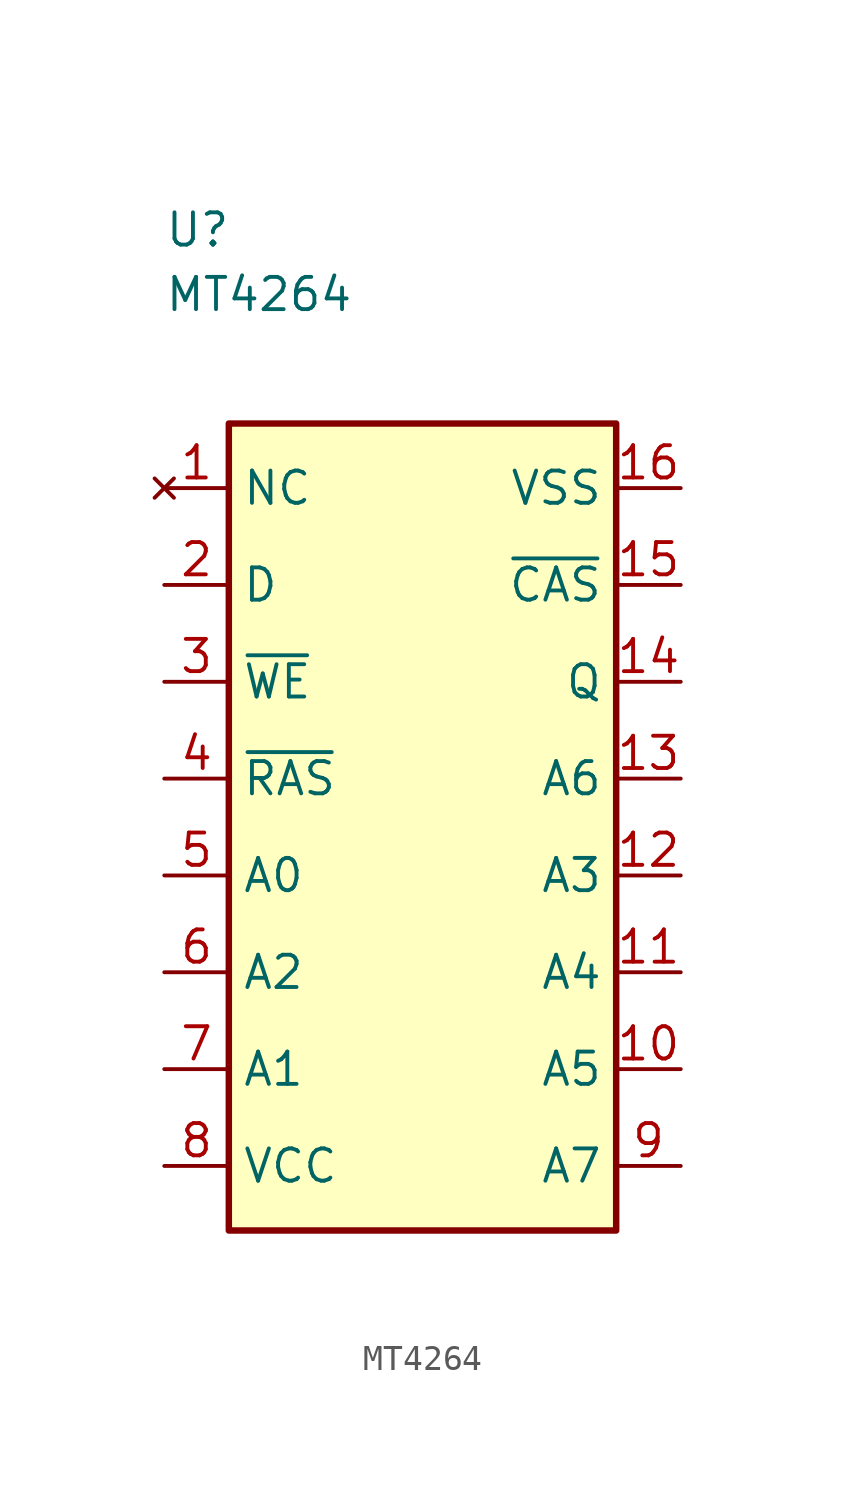
<source format=kicad_sym>
(kicad_symbol_lib
  (version 20211014)
  (generator kicad_symbol_editor)
  (symbol "MT4264"
    (property "Reference" "U"
      (at -10.16 24.13 0)
      (effects (font (size 1.27 1.27)) (justify left)))
    (property "Value" "MT4264"
      (at -10.16 21.59 0)
      (effects (font (size 1.27 1.27)) (justify left)))
    (symbol "MT4264_1_0"
      (pin no_connect line (at -10.16 13.97 0) (length 2.54) (name "NC" (effects (font (size 1.27 1.27)))) (number "1" (effects (font (size 1.27 1.27)))))
      (pin input line (at 10.16 -8.89 180) (length 2.54) (name "A5" (effects (font (size 1.27 1.27)))) (number "10" (effects (font (size 1.27 1.27)))))
      (pin input line (at 10.16 -5.08 180) (length 2.54) (name "A4" (effects (font (size 1.27 1.27)))) (number "11" (effects (font (size 1.27 1.27)))))
      (pin input line (at 10.16 -1.27 180) (length 2.54) (name "A3" (effects (font (size 1.27 1.27)))) (number "12" (effects (font (size 1.27 1.27)))))
      (pin input line (at 10.16 2.54 180) (length 2.54) (name "A6" (effects (font (size 1.27 1.27)))) (number "13" (effects (font (size 1.27 1.27)))))
      (pin output line (at 10.16 6.35 180) (length 2.54) (name "Q" (effects (font (size 1.27 1.27)))) (number "14" (effects (font (size 1.27 1.27)))))
      (pin input line (at 10.16 10.16 180) (length 2.54) (name "~{CAS}" (effects (font (size 1.27 1.27)))) (number "15" (effects (font (size 1.27 1.27)))))
      (pin power_in line (at 10.16 13.97 180) (length 2.54) (name "VSS" (effects (font (size 1.27 1.27)))) (number "16" (effects (font (size 1.27 1.27)))))
      (pin input line (at -10.16 10.16 0) (length 2.54) (name "D" (effects (font (size 1.27 1.27)))) (number "2" (effects (font (size 1.27 1.27)))))
      (pin input line (at -10.16 6.35 0) (length 2.54) (name "~{WE}" (effects (font (size 1.27 1.27)))) (number "3" (effects (font (size 1.27 1.27)))))
      (pin output line (at -10.16 2.54 0) (length 2.54) (name "~{RAS}" (effects (font (size 1.27 1.27)))) (number "4" (effects (font (size 1.27 1.27)))))
      (pin input line (at -10.16 -1.27 0) (length 2.54) (name "A0" (effects (font (size 1.27 1.27)))) (number "5" (effects (font (size 1.27 1.27)))))
      (pin input line (at -10.16 -5.08 0) (length 2.54) (name "A2" (effects (font (size 1.27 1.27)))) (number "6" (effects (font (size 1.27 1.27)))))
      (pin input line (at -10.16 -8.89 0) (length 2.54) (name "A1" (effects (font (size 1.27 1.27)))) (number "7" (effects (font (size 1.27 1.27)))))
      (pin power_in line (at -10.16 -12.7 0) (length 2.54) (name "VCC" (effects (font (size 1.27 1.27)))) (number "8" (effects (font (size 1.27 1.27)))))
      (pin input line (at 10.16 -12.7 180) (length 2.54) (name "A7" (effects (font (size 1.27 1.27)))) (number "9" (effects (font (size 1.27 1.27))))))
    (symbol "MT4264_1_1"
      (rectangle (start -7.62 16.51) (end 7.62 -15.24) (stroke (width 0.254) (type default) (color 0 0 0 0)) (fill (type background))))))
</source>
